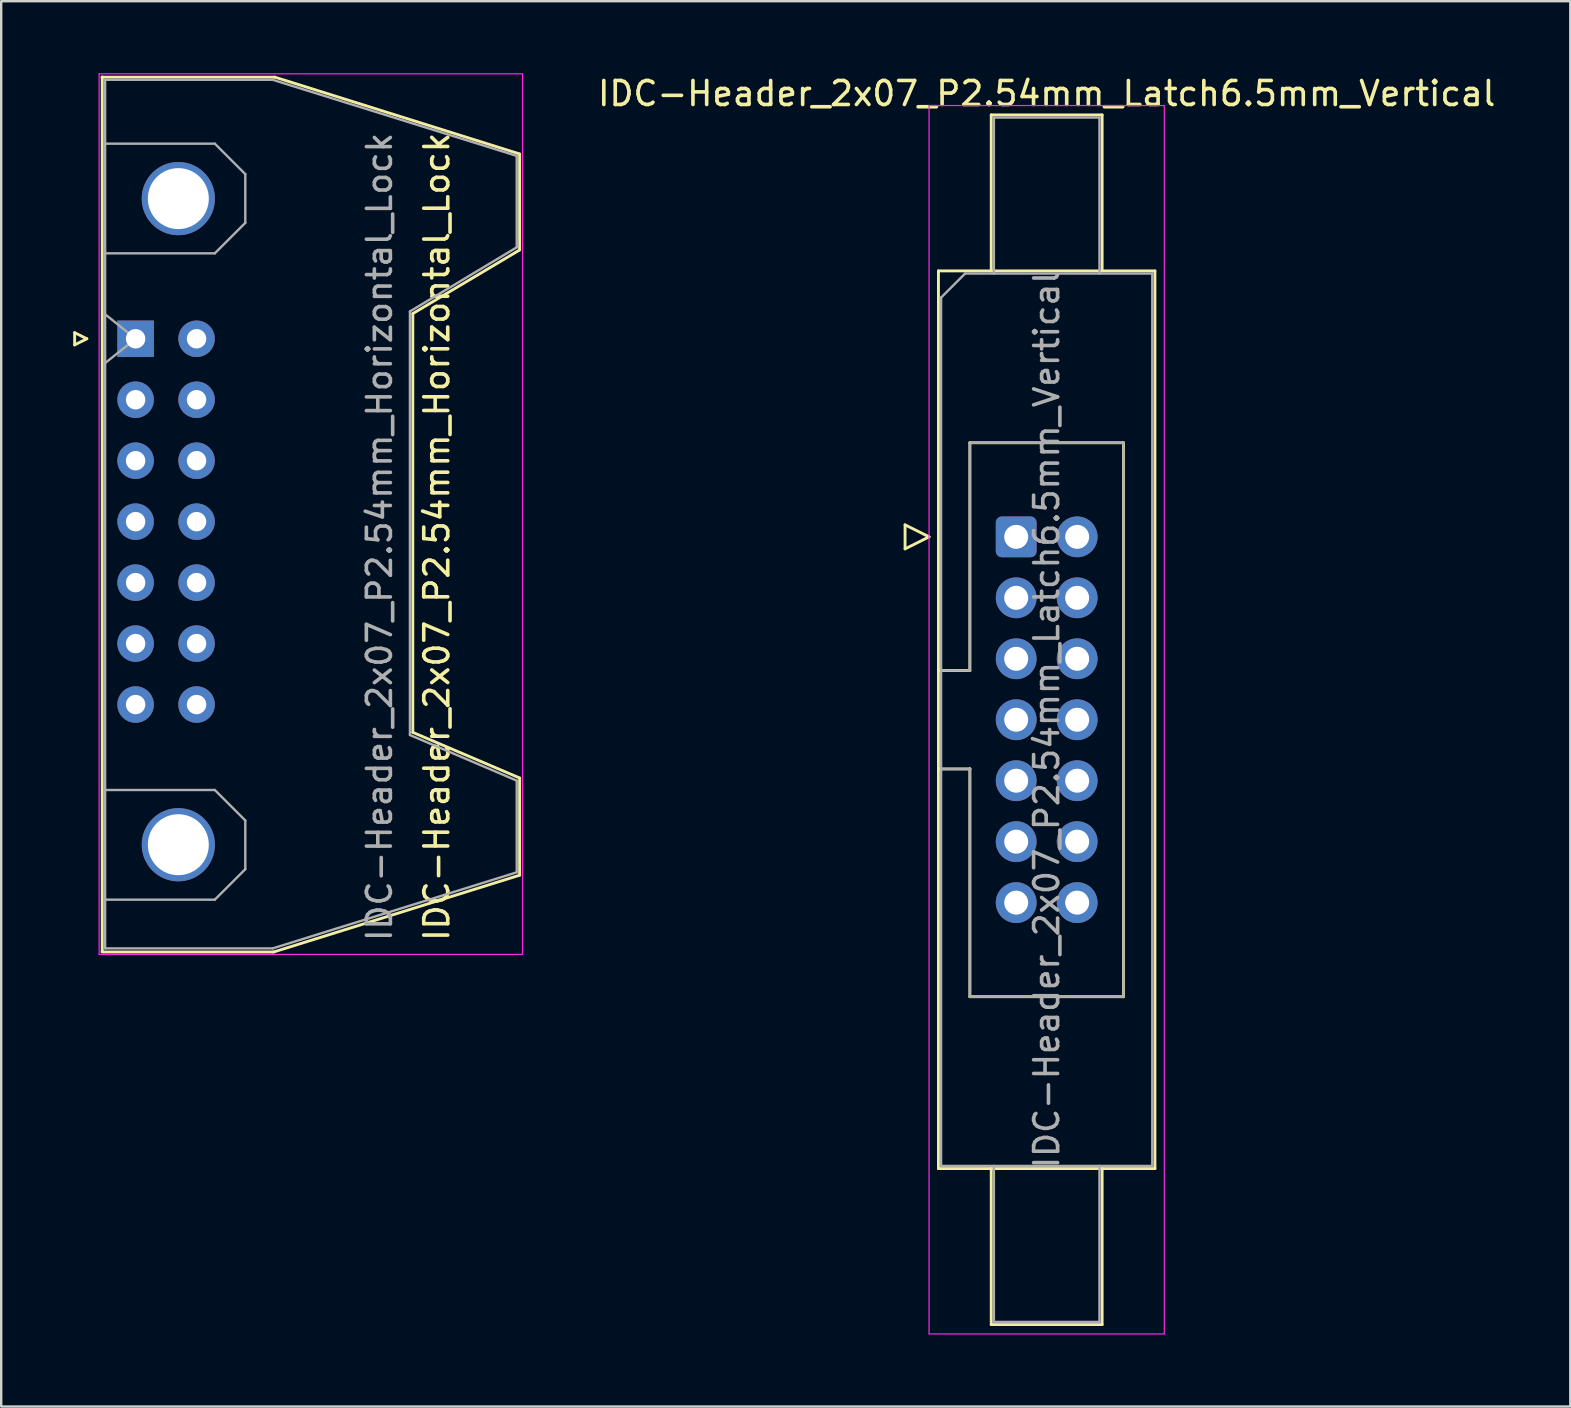
<source format=kicad_pcb>
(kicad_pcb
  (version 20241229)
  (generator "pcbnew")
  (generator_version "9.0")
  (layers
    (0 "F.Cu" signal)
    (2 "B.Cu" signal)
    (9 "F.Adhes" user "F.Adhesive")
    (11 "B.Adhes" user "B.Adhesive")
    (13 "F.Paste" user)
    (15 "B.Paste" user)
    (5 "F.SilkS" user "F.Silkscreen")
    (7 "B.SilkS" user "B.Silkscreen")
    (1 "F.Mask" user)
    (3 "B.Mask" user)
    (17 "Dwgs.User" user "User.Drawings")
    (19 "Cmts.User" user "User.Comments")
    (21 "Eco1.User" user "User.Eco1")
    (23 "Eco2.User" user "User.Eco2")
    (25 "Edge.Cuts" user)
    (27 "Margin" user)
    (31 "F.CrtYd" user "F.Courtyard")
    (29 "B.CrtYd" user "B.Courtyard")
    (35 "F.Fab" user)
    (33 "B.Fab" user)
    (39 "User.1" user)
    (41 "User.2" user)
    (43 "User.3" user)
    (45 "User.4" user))
  (footprint "IDC-Header_2x07_P2.54mm_Latch6.5mm_Vertical"
    (layer "F.Cu")
    (at 39.29 19.318)
    (property "Reference" "IDC-Header_2x07_P2.54mm_Latch6.5mm_Vertical" (at 1.27 -18.47 0) (layer "F.SilkS") (effects (font (size 1 1) (thickness 0.15))))
    (attr through_hole)
    (fp_line (start -4.63 -0.5) (end -4.63 0.5) (stroke (width 0.12) (type solid)) (layer "F.SilkS"))
    (fp_line (start -4.63 0.5) (end -3.63 0) (stroke (width 0.12) (type solid)) (layer "F.SilkS"))
    (fp_line (start -3.63 0) (end -4.63 -0.5) (stroke (width 0.12) (type solid)) (layer "F.SilkS"))
    (fp_line (start -3.24 -11.08) (end 5.78 -11.08) (stroke (width 0.12) (type solid)) (layer "F.SilkS"))
    (fp_line (start -3.24 5.57) (end -1.93 5.57) (stroke (width 0.12) (type solid)) (layer "F.SilkS"))
    (fp_line (start -3.24 26.32) (end -3.24 -11.08) (stroke (width 0.12) (type solid)) (layer "F.SilkS"))
    (fp_line (start -1.93 -3.92) (end 4.47 -3.92) (stroke (width 0.12) (type solid)) (layer "F.SilkS"))
    (fp_line (start -1.93 5.57) (end -1.93 -3.92) (stroke (width 0.12) (type solid)) (layer "F.SilkS"))
    (fp_line (start -1.93 9.67) (end -3.24 9.67) (stroke (width 0.12) (type solid)) (layer "F.SilkS"))
    (fp_line (start -1.93 9.67) (end -1.93 9.67) (stroke (width 0.12) (type solid)) (layer "F.SilkS"))
    (fp_line (start -1.93 19.16) (end -1.93 9.67) (stroke (width 0.12) (type solid)) (layer "F.SilkS"))
    (fp_line (start -1.04 -17.58) (end 3.58 -17.58) (stroke (width 0.12) (type solid)) (layer "F.SilkS"))
    (fp_line (start -1.04 -11.08) (end -1.04 -17.58) (stroke (width 0.12) (type solid)) (layer "F.SilkS"))
    (fp_line (start -1.04 26.32) (end -1.04 32.82) (stroke (width 0.12) (type solid)) (layer "F.SilkS"))
    (fp_line (start -1.04 32.82) (end 3.58 32.82) (stroke (width 0.12) (type solid)) (layer "F.SilkS"))
    (fp_line (start 3.58 -17.58) (end 3.58 -11.08) (stroke (width 0.12) (type solid)) (layer "F.SilkS"))
    (fp_line (start 3.58 32.82) (end 3.58 26.32) (stroke (width 0.12) (type solid)) (layer "F.SilkS"))
    (fp_line (start 4.47 -3.92) (end 4.47 19.16) (stroke (width 0.12) (type solid)) (layer "F.SilkS"))
    (fp_line (start 4.47 19.16) (end -1.93 19.16) (stroke (width 0.12) (type solid)) (layer "F.SilkS"))
    (fp_line (start 5.78 -11.08) (end 5.78 26.32) (stroke (width 0.12) (type solid)) (layer "F.SilkS"))
    (fp_line (start 5.78 26.32) (end -3.24 26.32) (stroke (width 0.12) (type solid)) (layer "F.SilkS"))
    (fp_line (start -3.63 -17.97) (end -3.63 33.21) (stroke (width 0.05) (type solid)) (layer "F.CrtYd"))
    (fp_line (start -3.63 33.21) (end 6.17 33.21) (stroke (width 0.05) (type solid)) (layer "F.CrtYd"))
    (fp_line (start 6.17 -17.97) (end -3.63 -17.97) (stroke (width 0.05) (type solid)) (layer "F.CrtYd"))
    (fp_line (start 6.17 33.21) (end 6.17 -17.97) (stroke (width 0.05) (type solid)) (layer "F.CrtYd"))
    (fp_line (start -3.13 -9.97) (end -2.13 -10.97) (stroke (width 0.1) (type solid)) (layer "F.Fab"))
    (fp_line (start -3.13 5.57) (end -1.93 5.57) (stroke (width 0.1) (type solid)) (layer "F.Fab"))
    (fp_line (start -3.13 26.21) (end -3.13 -9.97) (stroke (width 0.1) (type solid)) (layer "F.Fab"))
    (fp_line (start -2.13 -10.97) (end 5.67 -10.97) (stroke (width 0.1) (type solid)) (layer "F.Fab"))
    (fp_line (start -1.93 -3.92) (end 4.47 -3.92) (stroke (width 0.1) (type solid)) (layer "F.Fab"))
    (fp_line (start -1.93 5.57) (end -1.93 -3.92) (stroke (width 0.1) (type solid)) (layer "F.Fab"))
    (fp_line (start -1.93 9.67) (end -3.13 9.67) (stroke (width 0.1) (type solid)) (layer "F.Fab"))
    (fp_line (start -1.93 9.67) (end -1.93 9.67) (stroke (width 0.1) (type solid)) (layer "F.Fab"))
    (fp_line (start -1.93 19.16) (end -1.93 9.67) (stroke (width 0.1) (type solid)) (layer "F.Fab"))
    (fp_line (start -0.93 -17.47) (end 3.47 -17.47) (stroke (width 0.1) (type solid)) (layer "F.Fab"))
    (fp_line (start -0.93 -10.97) (end -0.93 -17.47) (stroke (width 0.1) (type solid)) (layer "F.Fab"))
    (fp_line (start -0.93 26.21) (end -0.93 32.71) (stroke (width 0.1) (type solid)) (layer "F.Fab"))
    (fp_line (start -0.93 32.71) (end 3.47 32.71) (stroke (width 0.1) (type solid)) (layer "F.Fab"))
    (fp_line (start 3.47 -17.47) (end 3.47 -10.97) (stroke (width 0.1) (type solid)) (layer "F.Fab"))
    (fp_line (start 3.47 32.71) (end 3.47 26.21) (stroke (width 0.1) (type solid)) (layer "F.Fab"))
    (fp_line (start 4.47 -3.92) (end 4.47 19.16) (stroke (width 0.1) (type solid)) (layer "F.Fab"))
    (fp_line (start 4.47 19.16) (end -1.93 19.16) (stroke (width 0.1) (type solid)) (layer "F.Fab"))
    (fp_line (start 5.67 -10.97) (end 5.67 26.21) (stroke (width 0.1) (type solid)) (layer "F.Fab"))
    (fp_line (start 5.67 26.21) (end -3.13 26.21) (stroke (width 0.1) (type solid)) (layer "F.Fab"))
    (fp_text user "${REFERENCE}" (at 1.27 7.62 90) (layer "F.Fab") (effects (font (size 1 1) (thickness 0.15))))
    (pad "1" thru_hole roundrect (at 0 0) (size 1.7 1.7) (drill 1) (layers "*.Cu" "*.Mask") (roundrect_rratio 0.147))
    (pad "2" thru_hole circle (at 2.54 0) (size 1.7 1.7) (drill 1) (layers "*.Cu" "*.Mask"))
    (pad "3" thru_hole circle (at 0 2.54) (size 1.7 1.7) (drill 1) (layers "*.Cu" "*.Mask"))
    (pad "4" thru_hole circle (at 2.54 2.54) (size 1.7 1.7) (drill 1) (layers "*.Cu" "*.Mask"))
    (pad "5" thru_hole circle (at 0 5.08) (size 1.7 1.7) (drill 1) (layers "*.Cu" "*.Mask"))
    (pad "6" thru_hole circle (at 2.54 5.08) (size 1.7 1.7) (drill 1) (layers "*.Cu" "*.Mask"))
    (pad "7" thru_hole circle (at 0 7.62) (size 1.7 1.7) (drill 1) (layers "*.Cu" "*.Mask"))
    (pad "8" thru_hole circle (at 2.54 7.62) (size 1.7 1.7) (drill 1) (layers "*.Cu" "*.Mask"))
    (pad "9" thru_hole circle (at 0 10.16) (size 1.7 1.7) (drill 1) (layers "*.Cu" "*.Mask"))
    (pad "10" thru_hole circle (at 2.54 10.16) (size 1.7 1.7) (drill 1) (layers "*.Cu" "*.Mask"))
    (pad "11" thru_hole circle (at 0 12.7) (size 1.7 1.7) (drill 1) (layers "*.Cu" "*.Mask"))
    (pad "12" thru_hole circle (at 2.54 12.7) (size 1.7 1.7) (drill 1) (layers "*.Cu" "*.Mask"))
    (pad "13" thru_hole circle (at 0 15.24) (size 1.7 1.7) (drill 1) (layers "*.Cu" "*.Mask"))
    (pad "14" thru_hole circle (at 2.54 15.24) (size 1.7 1.7) (drill 1) (layers "*.Cu" "*.Mask")))
  (footprint "IDC-Header_2x07_P2.54mm_Horizontal_Lock"
    (layer "F.Cu")
    (at 2.6 11.065)
    (property "Reference" "IDC-Header_2x07_P2.54mm_Horizontal_Lock" (at 12.55 8.25 90) (layer "F.SilkS") (effects (font (size 1 1) (thickness 0.15))))
    (attr through_hole)
    (fp_line (start -2.54 -0.254) (end -2.54 0.254) (stroke (width 0.12) (type solid)) (layer "F.SilkS"))
    (fp_line (start -2.54 0.254) (end -2.032 0) (stroke (width 0.12) (type solid)) (layer "F.SilkS"))
    (fp_line (start -2.032 0) (end -2.54 -0.254) (stroke (width 0.12) (type solid)) (layer "F.SilkS"))
    (fp_line (start -1.4 25.55) (end 5.75 25.55) (stroke (width 0.12) (type solid)) (layer "F.SilkS"))
    (fp_line (start -1.39 25.52) (end -1.39 -10.91) (stroke (width 0.12) (type solid)) (layer "F.SilkS"))
    (fp_line (start 5.75 25.55) (end 16 22.35) (stroke (width 0.12) (type solid)) (layer "F.SilkS"))
    (fp_line (start 5.8 -10.9) (end -1.4 -10.9) (stroke (width 0.12) (type solid)) (layer "F.SilkS"))
    (fp_line (start 11.55 -1.05) (end 16 -3.7) (stroke (width 0.12) (type solid)) (layer "F.SilkS"))
    (fp_line (start 11.55 16.4) (end 11.55 -1.05) (stroke (width 0.12) (type solid)) (layer "F.SilkS"))
    (fp_line (start 16 -7.7) (end 5.8 -10.9) (stroke (width 0.12) (type solid)) (layer "F.SilkS"))
    (fp_line (start 16 -3.7) (end 16 -7.7) (stroke (width 0.12) (type solid)) (layer "F.SilkS"))
    (fp_line (start 16 18.3) (end 11.55 16.4) (stroke (width 0.12) (type solid)) (layer "F.SilkS"))
    (fp_line (start 16 22.35) (end 16 18.3) (stroke (width 0.12) (type solid)) (layer "F.SilkS"))
    (fp_line (start -1.52 25.65) (end -1.52 -11.04) (stroke (width 0.05) (type solid)) (layer "F.CrtYd"))
    (fp_line (start -1.52 25.65) (end 16.12 25.65) (stroke (width 0.05) (type solid)) (layer "F.CrtYd"))
    (fp_line (start 16.12 -11.04) (end -1.52 -11.04) (stroke (width 0.05) (type solid)) (layer "F.CrtYd"))
    (fp_line (start 16.12 -11.04) (end 16.12 25.65) (stroke (width 0.05) (type solid)) (layer "F.CrtYd"))
    (fp_line (start -1.27 -10.79) (end 5.71 -10.79) (stroke (width 0.1) (type solid)) (layer "F.Fab"))
    (fp_line (start -1.27 -8.13) (end 3.3 -8.13) (stroke (width 0.1) (type solid)) (layer "F.Fab"))
    (fp_line (start -1.27 18.8) (end 3.3 18.8) (stroke (width 0.1) (type solid)) (layer "F.Fab"))
    (fp_line (start -1.27 25.4) (end -1.27 -10.79) (stroke (width 0.1) (type solid)) (layer "F.Fab"))
    (fp_line (start -1.27 25.4) (end 5.71 25.4) (stroke (width 0.1) (type solid)) (layer "F.Fab"))
    (fp_line (start -1.268 -1.02) (end 0 0) (stroke (width 0.1) (type solid)) (layer "F.Fab"))
    (fp_line (start 0 0) (end -1.268 1.01) (stroke (width 0.1) (type solid)) (layer "F.Fab"))
    (fp_line (start 3.3 -8.13) (end 4.57 -6.86) (stroke (width 0.1) (type solid)) (layer "F.Fab"))
    (fp_line (start 3.3 -3.56) (end -1.27 -3.56) (stroke (width 0.1) (type solid)) (layer "F.Fab"))
    (fp_line (start 3.3 18.8) (end 4.57 20.07) (stroke (width 0.1) (type solid)) (layer "F.Fab"))
    (fp_line (start 3.3 23.37) (end -1.27 23.37) (stroke (width 0.1) (type solid)) (layer "F.Fab"))
    (fp_line (start 4.57 -6.86) (end 4.57 -4.83) (stroke (width 0.1) (type solid)) (layer "F.Fab"))
    (fp_line (start 4.57 -4.83) (end 3.3 -3.56) (stroke (width 0.1) (type solid)) (layer "F.Fab"))
    (fp_line (start 4.57 20.07) (end 4.57 22.1) (stroke (width 0.1) (type solid)) (layer "F.Fab"))
    (fp_line (start 4.57 22.1) (end 3.3 23.37) (stroke (width 0.1) (type solid)) (layer "F.Fab"))
    (fp_line (start 5.71 -10.79) (end 15.88 -7.62) (stroke (width 0.1) (type solid)) (layer "F.Fab"))
    (fp_line (start 5.71 25.4) (end 15.88 22.23) (stroke (width 0.1) (type solid)) (layer "F.Fab"))
    (fp_line (start 11.43 16.51) (end 11.43 -1.14) (stroke (width 0.1) (type solid)) (layer "F.Fab"))
    (fp_line (start 15.88 -7.62) (end 15.88 -3.81) (stroke (width 0.1) (type solid)) (layer "F.Fab"))
    (fp_line (start 15.88 -3.81) (end 11.43 -1.14) (stroke (width 0.1) (type solid)) (layer "F.Fab"))
    (fp_line (start 15.88 18.41) (end 11.43 16.51) (stroke (width 0.1) (type solid)) (layer "F.Fab"))
    (fp_line (start 15.88 22.23) (end 15.88 18.41) (stroke (width 0.1) (type solid)) (layer "F.Fab"))
    (fp_text user "${REFERENCE}" (at 10.16 8.255 90) (layer "F.Fab") (effects (font (size 1 1) (thickness 0.15))))
    (pad "" thru_hole circle (at 1.78 -5.84 90) (size 3.05 3.05) (drill 2.54) (layers "*.Cu" "*.Mask"))
    (pad "" thru_hole circle (at 1.78 21.08 90) (size 3.05 3.05) (drill 2.54) (layers "*.Cu" "*.Mask"))
    (pad "1" thru_hole rect (at 0 0 90) (size 1.52 1.52) (drill 0.81) (layers "*.Cu" "*.Mask"))
    (pad "2" thru_hole circle (at 2.54 0 90) (size 1.52 1.52) (drill 0.81) (layers "*.Cu" "*.Mask"))
    (pad "3" thru_hole circle (at 0 2.54 90) (size 1.52 1.52) (drill 0.81) (layers "*.Cu" "*.Mask"))
    (pad "4" thru_hole circle (at 2.54 2.54 90) (size 1.52 1.52) (drill 0.81) (layers "*.Cu" "*.Mask"))
    (pad "5" thru_hole circle (at 0 5.08 90) (size 1.52 1.52) (drill 0.81) (layers "*.Cu" "*.Mask"))
    (pad "6" thru_hole circle (at 2.54 5.08 90) (size 1.52 1.52) (drill 0.81) (layers "*.Cu" "*.Mask"))
    (pad "7" thru_hole circle (at 0 7.62 90) (size 1.52 1.52) (drill 0.81) (layers "*.Cu" "*.Mask"))
    (pad "8" thru_hole circle (at 2.54 7.62 90) (size 1.52 1.52) (drill 0.81) (layers "*.Cu" "*.Mask"))
    (pad "9" thru_hole circle (at 0 10.16 90) (size 1.52 1.52) (drill 0.81) (layers "*.Cu" "*.Mask"))
    (pad "10" thru_hole circle (at 2.54 10.16 90) (size 1.52 1.52) (drill 0.81) (layers "*.Cu" "*.Mask"))
    (pad "11" thru_hole circle (at 0 12.7 90) (size 1.52 1.52) (drill 0.81) (layers "*.Cu" "*.Mask"))
    (pad "12" thru_hole circle (at 2.54 12.7 90) (size 1.52 1.52) (drill 0.81) (layers "*.Cu" "*.Mask"))
    (pad "13" thru_hole circle (at 0 15.24 90) (size 1.52 1.52) (drill 0.81) (layers "*.Cu" "*.Mask"))
    (pad "14" thru_hole circle (at 2.54 15.24 90) (size 1.52 1.52) (drill 0.81) (layers "*.Cu" "*.Mask")))
  (gr_rect
    (start -3 -3)
    (end 62.376 55.553)
    (stroke (width 0.1) (type default))
    (fill no)
    (layer "Edge.Cuts")))
</source>
